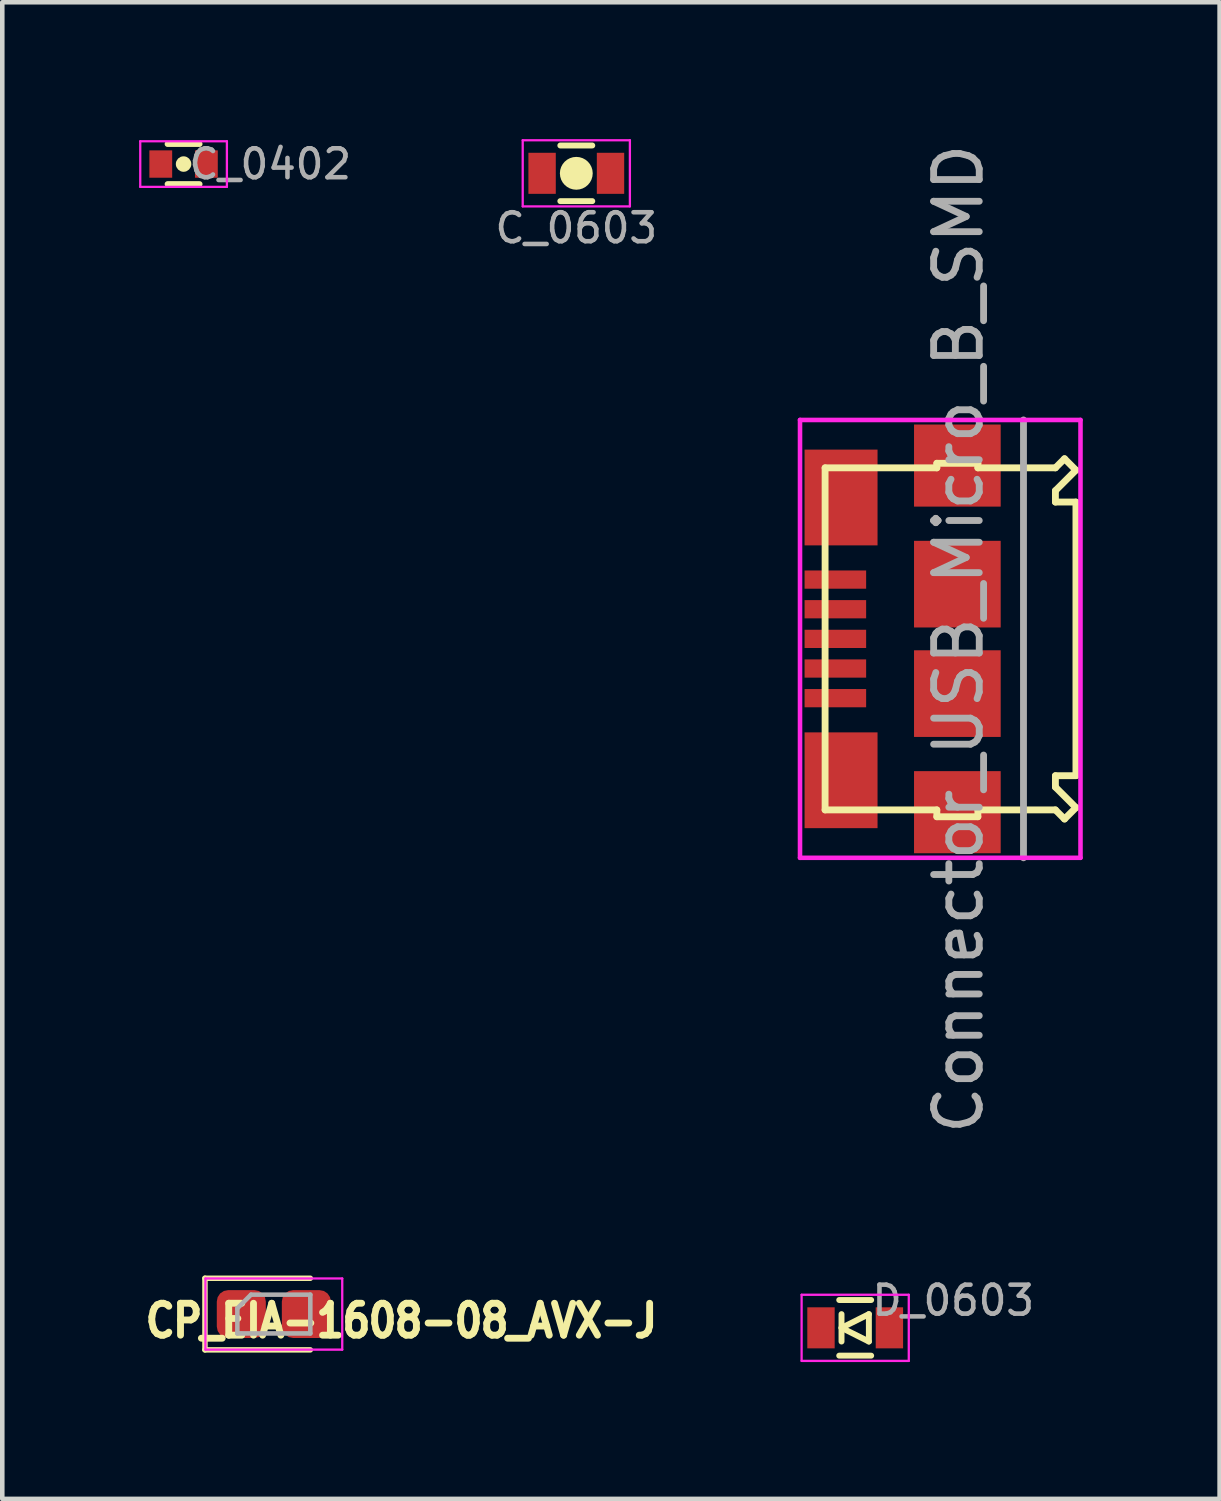
<source format=kicad_pcb>
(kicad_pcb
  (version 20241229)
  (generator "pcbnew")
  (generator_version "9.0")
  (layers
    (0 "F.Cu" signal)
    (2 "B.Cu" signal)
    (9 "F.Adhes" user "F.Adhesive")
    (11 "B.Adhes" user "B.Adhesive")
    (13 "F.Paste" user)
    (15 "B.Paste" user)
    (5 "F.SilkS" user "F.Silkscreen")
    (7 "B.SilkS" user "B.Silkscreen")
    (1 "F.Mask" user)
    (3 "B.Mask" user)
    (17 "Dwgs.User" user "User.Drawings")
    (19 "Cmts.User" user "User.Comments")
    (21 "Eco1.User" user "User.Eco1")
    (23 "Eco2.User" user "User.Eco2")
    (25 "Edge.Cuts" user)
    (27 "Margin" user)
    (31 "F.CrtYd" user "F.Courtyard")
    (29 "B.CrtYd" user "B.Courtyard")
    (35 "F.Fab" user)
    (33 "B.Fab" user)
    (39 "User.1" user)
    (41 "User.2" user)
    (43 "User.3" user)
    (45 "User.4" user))
  (footprint "Connector_USB_Micro_B_SMD"
    (layer "F.Cu")
    (at 17.941 10.958)
    (property "Reference" "Connector_USB_Micro_B_SMD" (at 0.025 0 90) (layer "F.Fab") (effects (font (size 1 1) (thickness 0.15))))
    (attr smd)
    (fp_line (start -2.9 -3.75) (end -0.45 -3.75) (stroke (width 0.15) (type solid)) (layer "F.SilkS"))
    (fp_line (start -2.9 3.75) (end -2.9 -3.75) (stroke (width 0.15) (type solid)) (layer "F.SilkS"))
    (fp_line (start -2.9 3.75) (end -0.45 3.75) (stroke (width 0.15) (type solid)) (layer "F.SilkS"))
    (fp_line (start -0.45 -3.85) (end 0.45 -3.85) (stroke (width 0.15) (type solid)) (layer "F.SilkS"))
    (fp_line (start -0.45 -3.75) (end -0.45 -3.85) (stroke (width 0.15) (type solid)) (layer "F.SilkS"))
    (fp_line (start -0.45 3.75) (end -0.45 3.9) (stroke (width 0.15) (type solid)) (layer "F.SilkS"))
    (fp_line (start -0.45 3.9) (end 0.45 3.9) (stroke (width 0.15) (type solid)) (layer "F.SilkS"))
    (fp_line (start 0.45 -3.85) (end 0.45 -3.75) (stroke (width 0.15) (type solid)) (layer "F.SilkS"))
    (fp_line (start 0.45 -3.75) (end 2.15 -3.75) (stroke (width 0.15) (type solid)) (layer "F.SilkS"))
    (fp_line (start 0.45 3.75) (end 2.15 3.75) (stroke (width 0.15) (type solid)) (layer "F.SilkS"))
    (fp_line (start 0.45 3.9) (end 0.45 3.75) (stroke (width 0.15) (type solid)) (layer "F.SilkS"))
    (fp_line (start 2.15 -3.75) (end 2.35 -3.95) (stroke (width 0.15) (type solid)) (layer "F.SilkS"))
    (fp_line (start 2.15 -3.25) (end 2.15 -3) (stroke (width 0.15) (type solid)) (layer "F.SilkS"))
    (fp_line (start 2.15 -3) (end 2.6 -3) (stroke (width 0.15) (type solid)) (layer "F.SilkS"))
    (fp_line (start 2.15 3) (end 2.6 3) (stroke (width 0.15) (type solid)) (layer "F.SilkS"))
    (fp_line (start 2.15 3.25) (end 2.15 3) (stroke (width 0.15) (type solid)) (layer "F.SilkS"))
    (fp_line (start 2.15 3.75) (end 2.35 3.95) (stroke (width 0.15) (type solid)) (layer "F.SilkS"))
    (fp_line (start 2.35 -3.95) (end 2.6 -3.7) (stroke (width 0.15) (type solid)) (layer "F.SilkS"))
    (fp_line (start 2.35 3.95) (end 2.6 3.7) (stroke (width 0.15) (type solid)) (layer "F.SilkS"))
    (fp_line (start 2.6 -3.7) (end 2.15 -3.25) (stroke (width 0.15) (type solid)) (layer "F.SilkS"))
    (fp_line (start 2.6 3) (end 2.6 -3) (stroke (width 0.15) (type solid)) (layer "F.SilkS"))
    (fp_line (start 2.6 3.7) (end 2.15 3.25) (stroke (width 0.15) (type solid)) (layer "F.SilkS"))
    (fp_line (start -3.45 -4.8) (end 2.7 -4.8) (stroke (width 0.1) (type solid)) (layer "F.CrtYd"))
    (fp_line (start -3.45 4.8) (end -3.45 -4.8) (stroke (width 0.1) (type solid)) (layer "F.CrtYd"))
    (fp_line (start 2.7 -4.8) (end 2.7 4.8) (stroke (width 0.1) (type solid)) (layer "F.CrtYd"))
    (fp_line (start 2.7 4.8) (end -3.45 4.8) (stroke (width 0.1) (type solid)) (layer "F.CrtYd"))
    (fp_line (start 1.45 4.8) (end 1.45 -4.8) (stroke (width 0.15) (type solid)) (layer "F.Fab"))
    (pad "1" smd rect (at -2.675 1.3 90) (size 0.4 1.35) (layers "F.Cu" "F.Mask" "F.Paste"))
    (pad "2" smd rect (at -2.675 0.65 90) (size 0.4 1.35) (layers "F.Cu" "F.Mask" "F.Paste"))
    (pad "3" smd rect (at -2.675 0 90) (size 0.4 1.35) (layers "F.Cu" "F.Mask" "F.Paste"))
    (pad "4" smd rect (at -2.675 -0.65 90) (size 0.4 1.35) (layers "F.Cu" "F.Mask" "F.Paste"))
    (pad "5" smd rect (at -2.675 -1.3 90) (size 0.4 1.35) (layers "F.Cu" "F.Mask" "F.Paste"))
    (pad "GND" smd rect (at -2.55 -3.1 90) (size 2.1 1.6) (layers "F.Cu" "F.Mask" "F.Paste"))
    (pad "GND" smd rect (at -2.55 3.1 90) (size 2.1 1.6) (layers "F.Cu" "F.Mask" "F.Paste"))
    (pad "GND" smd rect (at 0 -3.8 90) (size 1.8 1.9) (layers "F.Cu" "F.Mask" "F.Paste"))
    (pad "GND" smd rect (at 0 -1.2 90) (size 1.9 1.9) (layers "F.Cu" "F.Mask" "F.Paste"))
    (pad "GND" smd rect (at 0 1.2 90) (size 1.9 1.9) (layers "F.Cu" "F.Mask" "F.Paste"))
    (pad "GND" smd rect (at 0 3.8 90) (size 1.8 1.9) (layers "F.Cu" "F.Mask" "F.Paste")))
  (footprint "CP_EIA-1608-08_AVX-J"
    (layer "F.Cu")
    (at 2.954 25.762)
    (property "Reference" "CP_EIA-1608-08_AVX-J" (at 2.797 0.147 0) (layer "F.SilkS") (effects (font (size 0.7 0.6) (thickness 0.15))))
    (attr smd)
    (fp_line (start -1.51 -0.785) (end -1.51 0.785) (stroke (width 0.12) (type solid)) (layer "F.SilkS"))
    (fp_line (start -1.51 0.785) (end 0.8 0.785) (stroke (width 0.12) (type solid)) (layer "F.SilkS"))
    (fp_line (start 0.8 -0.785) (end -1.51 -0.785) (stroke (width 0.12) (type solid)) (layer "F.SilkS"))
    (fp_line (start -1.5 -0.78) (end 1.5 -0.78) (stroke (width 0.05) (type solid)) (layer "F.CrtYd"))
    (fp_line (start -1.5 0.78) (end -1.5 -0.78) (stroke (width 0.05) (type solid)) (layer "F.CrtYd"))
    (fp_line (start 1.5 -0.78) (end 1.5 0.78) (stroke (width 0.05) (type solid)) (layer "F.CrtYd"))
    (fp_line (start 1.5 0.78) (end -1.5 0.78) (stroke (width 0.05) (type solid)) (layer "F.CrtYd"))
    (fp_line (start -0.8 -0.125) (end -0.8 0.425) (stroke (width 0.1) (type solid)) (layer "F.Fab"))
    (fp_line (start -0.8 0.425) (end 0.8 0.425) (stroke (width 0.1) (type solid)) (layer "F.Fab"))
    (fp_line (start -0.5 -0.425) (end -0.8 -0.125) (stroke (width 0.1) (type solid)) (layer "F.Fab"))
    (fp_line (start 0.8 -0.425) (end -0.5 -0.425) (stroke (width 0.1) (type solid)) (layer "F.Fab"))
    (fp_line (start 0.8 0.425) (end 0.8 -0.425) (stroke (width 0.1) (type solid)) (layer "F.Fab"))
    (pad "1" smd roundrect (at -0.713 0) (size 1.075 1.05) (layers "F.Cu" "F.Mask" "F.Paste") (roundrect_rratio 0.238))
    (pad "2" smd roundrect (at 0.713 0) (size 1.075 1.05) (layers "F.Cu" "F.Mask" "F.Paste") (roundrect_rratio 0.238)))
  (footprint "C_0603"
    (layer "F.Cu")
    (at 9.586 0.75)
    (property "Reference" "C_0603" (at 0 1.2 0) (layer "F.Fab") (effects (font (size 0.635 0.635) (thickness 0.1))))
    (attr through_hole)
    (fp_line (start -0.35 -0.61) (end 0.35 -0.61) (stroke (width 0.13) (type solid)) (layer "F.SilkS"))
    (fp_line (start 0.35 0.61) (end -0.35 0.61) (stroke (width 0.13) (type solid)) (layer "F.SilkS"))
    (fp_circle (center 0 0) (end 0 -0.18) (stroke (width 0.36) (type solid)) (fill no) (layer "F.SilkS"))
    (fp_line (start -1.175 -0.725) (end -1.175 0.725) (stroke (width 0.05) (type solid)) (layer "F.CrtYd"))
    (fp_line (start -1.175 -0.725) (end 1.175 -0.725) (stroke (width 0.05) (type solid)) (layer "F.CrtYd"))
    (fp_line (start -1.175 0.725) (end 1.175 0.725) (stroke (width 0.05) (type solid)) (layer "F.CrtYd"))
    (fp_line (start 1.175 -0.725) (end 1.175 0.725) (stroke (width 0.05) (type solid)) (layer "F.CrtYd"))
    (pad "1" smd rect (at -0.75 0) (size 0.6 0.9) (layers "F.Cu" "F.Mask" "F.Paste"))
    (pad "2" smd rect (at 0.75 0) (size 0.6 0.9) (layers "F.Cu" "F.Mask" "F.Paste")))
  (footprint "D_0603"
    (layer "F.Cu")
    (at 15.701 26.064)
    (property "Reference" "D_0603" (at 2.15 -0.6 0) (layer "F.Fab") (effects (font (size 0.635 0.635) (thickness 0.1))))
    (attr smd)
    (fp_line (start -0.35 -0.61) (end 0.35 -0.61) (stroke (width 0.13) (type solid)) (layer "F.SilkS"))
    (fp_line (start -0.3 -0.3) (end -0.3 0.3) (stroke (width 0.13) (type solid)) (layer "F.SilkS"))
    (fp_line (start -0.3 0) (end 0.3 -0.3) (stroke (width 0.13) (type solid)) (layer "F.SilkS"))
    (fp_line (start 0.3 -0.3) (end 0.3 0.3) (stroke (width 0.13) (type solid)) (layer "F.SilkS"))
    (fp_line (start 0.3 0.3) (end -0.3 0) (stroke (width 0.13) (type solid)) (layer "F.SilkS"))
    (fp_line (start 0.35 0.61) (end -0.35 0.61) (stroke (width 0.13) (type solid)) (layer "F.SilkS"))
    (fp_line (start -1.175 0.725) (end -1.175 -0.725) (stroke (width 0.05) (type solid)) (layer "F.CrtYd"))
    (fp_line (start 1.175 -0.725) (end -1.175 -0.725) (stroke (width 0.05) (type solid)) (layer "F.CrtYd"))
    (fp_line (start 1.175 0.725) (end -1.175 0.725) (stroke (width 0.05) (type solid)) (layer "F.CrtYd"))
    (fp_line (start 1.175 0.725) (end 1.175 -0.725) (stroke (width 0.05) (type solid)) (layer "F.CrtYd"))
    (pad "A" smd rect (at 0.75 0 180) (size 0.6 0.9) (layers "F.Cu" "F.Mask" "F.Paste"))
    (pad "C" smd rect (at -0.75 0 180) (size 0.6 0.9) (layers "F.Cu" "F.Mask" "F.Paste")))
  (footprint "C_0402"
    (layer "F.Cu")
    (at 0.975 0.547)
    (property "Reference" "C_0402" (at 1.9 0 0) (layer "F.Fab") (effects (font (size 0.635 0.635) (thickness 0.1))))
    (attr smd)
    (fp_line (start -0.35 -0.44) (end 0.35 -0.44) (stroke (width 0.13) (type solid)) (layer "F.SilkS"))
    (fp_line (start 0.35 0.44) (end -0.35 0.44) (stroke (width 0.13) (type solid)) (layer "F.SilkS"))
    (fp_circle (center 0 0) (end 0 -0.085) (stroke (width 0.17) (type solid)) (fill no) (layer "F.SilkS"))
    (fp_line (start -0.95 -0.5) (end -0.95 0.5) (stroke (width 0.05) (type solid)) (layer "F.CrtYd"))
    (fp_line (start -0.95 -0.5) (end 0.95 -0.5) (stroke (width 0.05) (type solid)) (layer "F.CrtYd"))
    (fp_line (start -0.95 0.5) (end 0.95 0.5) (stroke (width 0.05) (type solid)) (layer "F.CrtYd"))
    (fp_line (start 0.95 -0.5) (end 0.95 0.5) (stroke (width 0.05) (type solid)) (layer "F.CrtYd"))
    (pad "1" smd rect (at -0.5 0) (size 0.5 0.6) (layers "F.Cu" "F.Mask" "F.Paste"))
    (pad "2" smd rect (at 0.5 0) (size 0.5 0.6) (layers "F.Cu" "F.Mask" "F.Paste")))
  (gr_rect
    (start -3 -3)
    (end 23.691 29.814)
    (stroke (width 0.1) (type default))
    (fill no)
    (layer "Edge.Cuts")))
</source>
